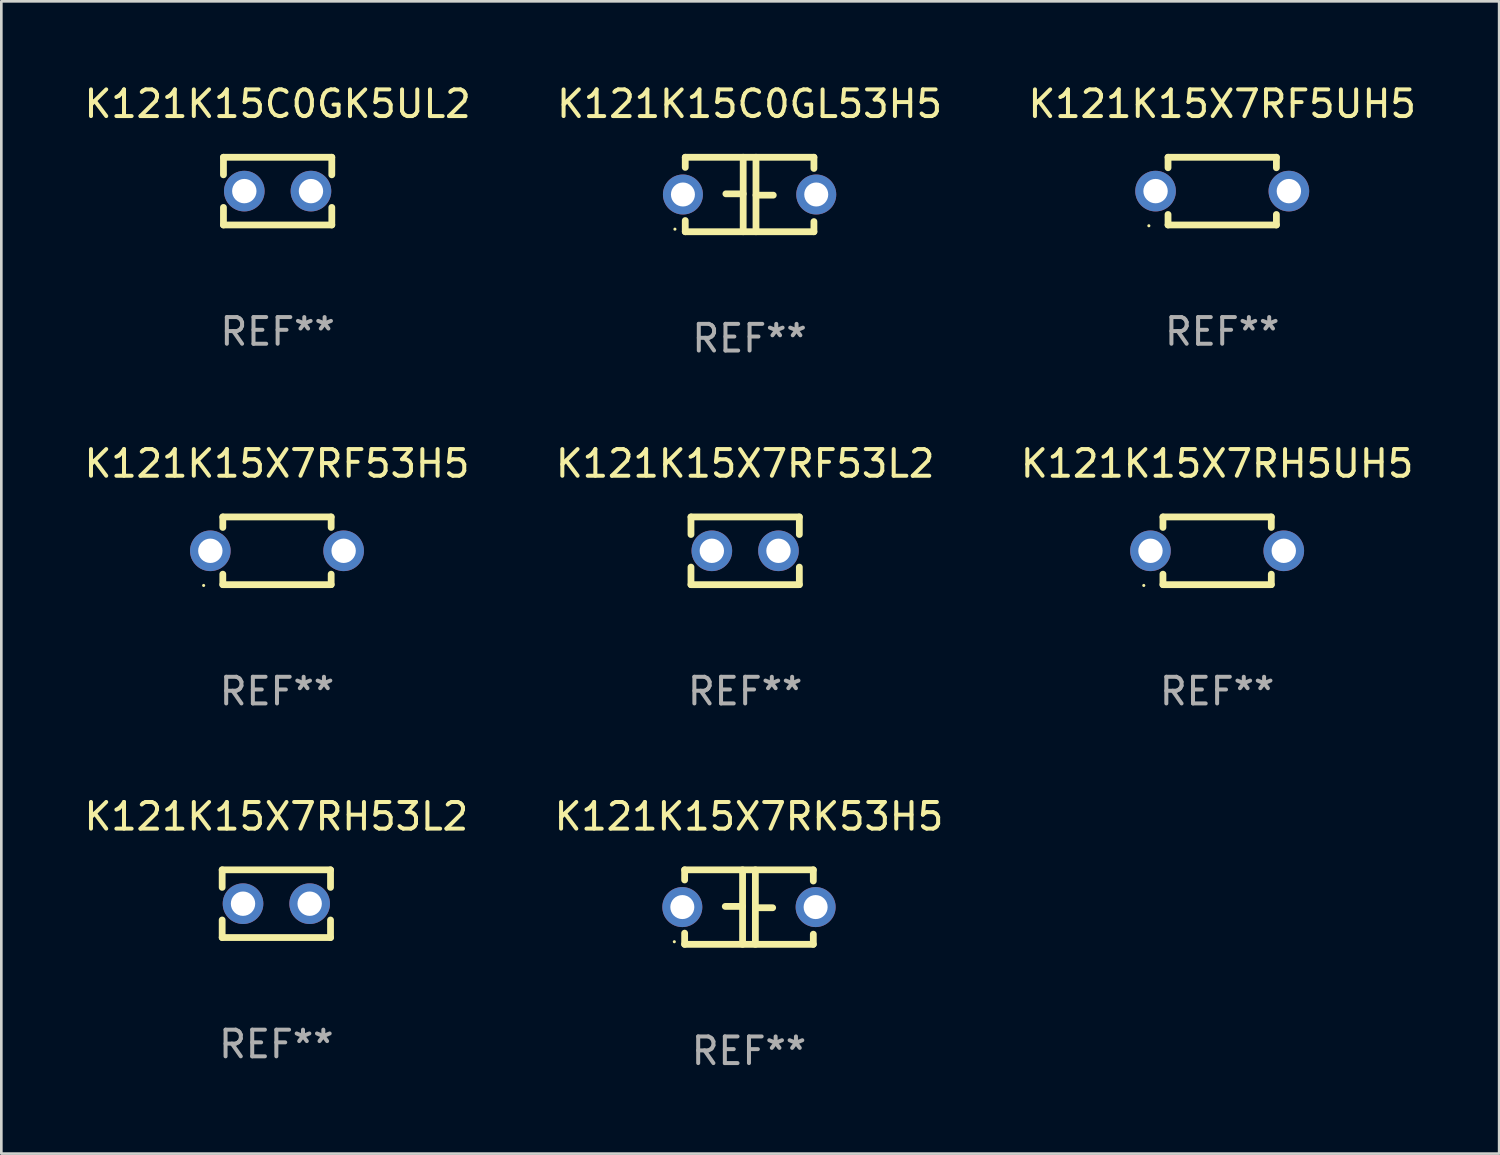
<source format=kicad_pcb>
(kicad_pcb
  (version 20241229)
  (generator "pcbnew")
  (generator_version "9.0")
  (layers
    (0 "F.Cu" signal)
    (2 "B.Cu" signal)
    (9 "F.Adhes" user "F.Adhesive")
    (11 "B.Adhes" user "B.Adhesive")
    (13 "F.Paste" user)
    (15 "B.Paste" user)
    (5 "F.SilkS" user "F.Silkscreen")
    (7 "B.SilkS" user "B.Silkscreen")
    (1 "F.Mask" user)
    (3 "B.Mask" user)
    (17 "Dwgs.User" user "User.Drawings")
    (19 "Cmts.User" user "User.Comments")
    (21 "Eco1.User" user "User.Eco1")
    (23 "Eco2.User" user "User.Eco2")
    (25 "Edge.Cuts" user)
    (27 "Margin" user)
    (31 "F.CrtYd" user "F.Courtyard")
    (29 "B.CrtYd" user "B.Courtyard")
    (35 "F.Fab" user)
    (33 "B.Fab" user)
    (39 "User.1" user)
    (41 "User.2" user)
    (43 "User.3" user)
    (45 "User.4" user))
  (footprint "K121K15X7RH53L2"
    (layer "F.Cu")
    (at 7.315 30.845)
    (property "Reference" "K121K15X7RH53L2" (at 0 -3.27 0) (layer "F.SilkS") (effects (font (size 1 1) (thickness 0.15))))
    (attr through_hole)
    (fp_line (start -2.032 -1.27) (end -2.032 -0.611) (stroke (width 0.254) (type solid)) (layer "F.SilkS"))
    (fp_line (start -2.032 0.611) (end -2.032 1.27) (stroke (width 0.254) (type solid)) (layer "F.SilkS"))
    (fp_line (start -2.032 1.27) (end 2.032 1.27) (stroke (width 0.254) (type solid)) (layer "F.SilkS"))
    (fp_line (start 2.032 -1.27) (end -2.032 -1.27) (stroke (width 0.254) (type solid)) (layer "F.SilkS"))
    (fp_line (start 2.032 -0.611) (end 2.032 -1.27) (stroke (width 0.254) (type solid)) (layer "F.SilkS"))
    (fp_line (start 2.032 1.27) (end 2.032 0.611) (stroke (width 0.254) (type solid)) (layer "F.SilkS"))
    (fp_circle (center -2 1.3) (end -1.97 1.3) (stroke (width 0.06) (type solid)) (fill no) (layer "F.SilkS"))
    (fp_text user "REF**" (at 0 5.27 0) (layer "F.Fab") (effects (font (size 1 1) (thickness 0.15))))
    (pad "1" thru_hole circle (at -1.25 0) (size 1.524 1.524) (drill 0.914) (layers "*.Cu" "*.Mask"))
    (pad "2" thru_hole circle (at 1.25 0) (size 1.524 1.524) (drill 0.914) (layers "*.Cu" "*.Mask")))
  (footprint "K121K15X7RF5UH5"
    (layer "F.Cu")
    (at 42.792 4.118)
    (property "Reference" "K121K15X7RF5UH5" (at 0 -3.27 0) (layer "F.SilkS") (effects (font (size 1 1) (thickness 0.15))))
    (attr through_hole)
    (fp_line (start -2.032 -1.27) (end -2.032 -0.876) (stroke (width 0.254) (type solid)) (layer "F.SilkS"))
    (fp_line (start -2.032 0.876) (end -2.032 1.27) (stroke (width 0.254) (type solid)) (layer "F.SilkS"))
    (fp_line (start -2.032 1.27) (end 2.032 1.27) (stroke (width 0.254) (type solid)) (layer "F.SilkS"))
    (fp_line (start 2.032 -1.27) (end -2.032 -1.27) (stroke (width 0.254) (type solid)) (layer "F.SilkS"))
    (fp_line (start 2.032 -0.876) (end 2.032 -1.27) (stroke (width 0.254) (type solid)) (layer "F.SilkS"))
    (fp_line (start 2.032 1.27) (end 2.032 0.876) (stroke (width 0.254) (type solid)) (layer "F.SilkS"))
    (fp_circle (center -2.751 1.3) (end -2.721 1.3) (stroke (width 0.06) (type solid)) (fill no) (layer "F.SilkS"))
    (fp_text user "REF**" (at 0 5.27 0) (layer "F.Fab") (effects (font (size 1 1) (thickness 0.15))))
    (pad "1" thru_hole circle (at -2.5 0) (size 1.524 1.524) (drill 0.914) (layers "*.Cu" "*.Mask"))
    (pad "2" thru_hole circle (at 2.5 0) (size 1.524 1.524) (drill 0.914) (layers "*.Cu" "*.Mask")))
  (footprint "K121K15X7RF53L2"
    (layer "F.Cu")
    (at 24.899 17.609)
    (property "Reference" "K121K15X7RF53L2" (at 0 -3.27 0) (layer "F.SilkS") (effects (font (size 1 1) (thickness 0.15))))
    (attr through_hole)
    (fp_line (start -2.032 -1.27) (end -2.032 -0.611) (stroke (width 0.254) (type solid)) (layer "F.SilkS"))
    (fp_line (start -2.032 0.611) (end -2.032 1.27) (stroke (width 0.254) (type solid)) (layer "F.SilkS"))
    (fp_line (start -2.032 1.27) (end 2.032 1.27) (stroke (width 0.254) (type solid)) (layer "F.SilkS"))
    (fp_line (start 2.032 -1.27) (end -2.032 -1.27) (stroke (width 0.254) (type solid)) (layer "F.SilkS"))
    (fp_line (start 2.032 -0.611) (end 2.032 -1.27) (stroke (width 0.254) (type solid)) (layer "F.SilkS"))
    (fp_line (start 2.032 1.27) (end 2.032 0.611) (stroke (width 0.254) (type solid)) (layer "F.SilkS"))
    (fp_circle (center -2 1.3) (end -1.97 1.3) (stroke (width 0.06) (type solid)) (fill no) (layer "F.SilkS"))
    (fp_text user "REF**" (at 0 5.27 0) (layer "F.Fab") (effects (font (size 1 1) (thickness 0.15))))
    (pad "1" thru_hole circle (at -1.25 0) (size 1.524 1.524) (drill 0.914) (layers "*.Cu" "*.Mask"))
    (pad "2" thru_hole circle (at 1.25 0) (size 1.524 1.524) (drill 0.914) (layers "*.Cu" "*.Mask")))
  (footprint "K121K15X7RK53H5"
    (layer "F.Cu")
    (at 25.042 30.972)
    (property "Reference" "K121K15X7RK53H5" (at 0 -3.397 0) (layer "F.SilkS") (effects (font (size 1 1) (thickness 0.15))))
    (attr through_hole)
    (fp_line (start -2.413 -1.397) (end 2.413 -1.397) (stroke (width 0.254) (type solid)) (layer "F.SilkS"))
    (fp_line (start -2.413 -1.016) (end -2.413 -1.397) (stroke (width 0.254) (type solid)) (layer "F.SilkS"))
    (fp_line (start -2.413 0.977) (end -2.413 1.397) (stroke (width 0.254) (type solid)) (layer "F.SilkS"))
    (fp_line (start -0.24 -0.025) (end -0.889 -0.025) (stroke (width 0.254) (type solid)) (layer "F.SilkS"))
    (fp_line (start -0.24 1.397) (end -0.24 -1.397) (stroke (width 0.254) (type solid)) (layer "F.SilkS"))
    (fp_line (start 0.24 -1.397) (end 0.24 1.397) (stroke (width 0.254) (type solid)) (layer "F.SilkS"))
    (fp_line (start 0.24 0.025) (end 0.889 0.025) (stroke (width 0.254) (type solid)) (layer "F.SilkS"))
    (fp_line (start 2.413 -0.977) (end 2.413 -1.397) (stroke (width 0.254) (type solid)) (layer "F.SilkS"))
    (fp_line (start 2.413 1.016) (end 2.413 1.397) (stroke (width 0.254) (type solid)) (layer "F.SilkS"))
    (fp_line (start 2.413 1.397) (end -2.413 1.397) (stroke (width 0.254) (type solid)) (layer "F.SilkS"))
    (fp_circle (center -2.8 1.3) (end -2.77 1.3) (stroke (width 0.06) (type solid)) (fill no) (layer "F.SilkS"))
    (fp_text user "REF**" (at 0 5.397 0) (layer "F.Fab") (effects (font (size 1 1) (thickness 0.15))))
    (pad "1" thru_hole circle (at -2.5 0) (size 1.5 1.5) (drill 0.9) (layers "*.Cu" "*.Mask"))
    (pad "2" thru_hole circle (at 2.5 0) (size 1.5 1.5) (drill 0.9) (layers "*.Cu" "*.Mask")))
  (footprint "K121K15X7RF53H5"
    (layer "F.Cu")
    (at 7.339 17.609)
    (property "Reference" "K121K15X7RF53H5" (at 0 -3.27 0) (layer "F.SilkS") (effects (font (size 1 1) (thickness 0.15))))
    (attr through_hole)
    (fp_line (start -2.032 -1.27) (end -2.032 -0.876) (stroke (width 0.254) (type solid)) (layer "F.SilkS"))
    (fp_line (start -2.032 0.876) (end -2.032 1.27) (stroke (width 0.254) (type solid)) (layer "F.SilkS"))
    (fp_line (start -2.032 1.27) (end 2.032 1.27) (stroke (width 0.254) (type solid)) (layer "F.SilkS"))
    (fp_line (start 2.032 -1.27) (end -2.032 -1.27) (stroke (width 0.254) (type solid)) (layer "F.SilkS"))
    (fp_line (start 2.032 -0.876) (end 2.032 -1.27) (stroke (width 0.254) (type solid)) (layer "F.SilkS"))
    (fp_line (start 2.032 1.27) (end 2.032 0.876) (stroke (width 0.254) (type solid)) (layer "F.SilkS"))
    (fp_circle (center -2.751 1.3) (end -2.721 1.3) (stroke (width 0.06) (type solid)) (fill no) (layer "F.SilkS"))
    (fp_text user "REF**" (at 0 5.27 0) (layer "F.Fab") (effects (font (size 1 1) (thickness 0.15))))
    (pad "1" thru_hole circle (at -2.5 0) (size 1.524 1.524) (drill 0.914) (layers "*.Cu" "*.Mask"))
    (pad "2" thru_hole circle (at 2.5 0) (size 1.524 1.524) (drill 0.914) (layers "*.Cu" "*.Mask")))
  (footprint "K121K15C0GL53H5"
    (layer "F.Cu")
    (at 25.065 4.245)
    (property "Reference" "K121K15C0GL53H5" (at 0 -3.397 0) (layer "F.SilkS") (effects (font (size 1 1) (thickness 0.15))))
    (attr through_hole)
    (fp_line (start -2.413 -1.397) (end 2.413 -1.397) (stroke (width 0.254) (type solid)) (layer "F.SilkS"))
    (fp_line (start -2.413 -1.016) (end -2.413 -1.397) (stroke (width 0.254) (type solid)) (layer "F.SilkS"))
    (fp_line (start -2.413 0.977) (end -2.413 1.397) (stroke (width 0.254) (type solid)) (layer "F.SilkS"))
    (fp_line (start -0.24 -0.025) (end -0.889 -0.025) (stroke (width 0.254) (type solid)) (layer "F.SilkS"))
    (fp_line (start -0.24 1.397) (end -0.24 -1.397) (stroke (width 0.254) (type solid)) (layer "F.SilkS"))
    (fp_line (start 0.24 -1.397) (end 0.24 1.397) (stroke (width 0.254) (type solid)) (layer "F.SilkS"))
    (fp_line (start 0.24 0.025) (end 0.889 0.025) (stroke (width 0.254) (type solid)) (layer "F.SilkS"))
    (fp_line (start 2.413 -0.977) (end 2.413 -1.397) (stroke (width 0.254) (type solid)) (layer "F.SilkS"))
    (fp_line (start 2.413 1.016) (end 2.413 1.397) (stroke (width 0.254) (type solid)) (layer "F.SilkS"))
    (fp_line (start 2.413 1.397) (end -2.413 1.397) (stroke (width 0.254) (type solid)) (layer "F.SilkS"))
    (fp_circle (center -2.8 1.3) (end -2.77 1.3) (stroke (width 0.06) (type solid)) (fill no) (layer "F.SilkS"))
    (fp_text user "REF**" (at 0 5.397 0) (layer "F.Fab") (effects (font (size 1 1) (thickness 0.15))))
    (pad "1" thru_hole circle (at -2.5 0) (size 1.5 1.5) (drill 0.9) (layers "*.Cu" "*.Mask"))
    (pad "2" thru_hole circle (at 2.5 0) (size 1.5 1.5) (drill 0.9) (layers "*.Cu" "*.Mask")))
  (footprint "K121K15C0GK5UL2"
    (layer "F.Cu")
    (at 7.363 4.118)
    (property "Reference" "K121K15C0GK5UL2" (at 0 -3.27 0) (layer "F.SilkS") (effects (font (size 1 1) (thickness 0.15))))
    (attr through_hole)
    (fp_line (start -2.032 -1.27) (end -2.032 -0.611) (stroke (width 0.254) (type solid)) (layer "F.SilkS"))
    (fp_line (start -2.032 0.611) (end -2.032 1.27) (stroke (width 0.254) (type solid)) (layer "F.SilkS"))
    (fp_line (start -2.032 1.27) (end 2.032 1.27) (stroke (width 0.254) (type solid)) (layer "F.SilkS"))
    (fp_line (start 2.032 -1.27) (end -2.032 -1.27) (stroke (width 0.254) (type solid)) (layer "F.SilkS"))
    (fp_line (start 2.032 -0.611) (end 2.032 -1.27) (stroke (width 0.254) (type solid)) (layer "F.SilkS"))
    (fp_line (start 2.032 1.27) (end 2.032 0.611) (stroke (width 0.254) (type solid)) (layer "F.SilkS"))
    (fp_circle (center -2 1.3) (end -1.97 1.3) (stroke (width 0.06) (type solid)) (fill no) (layer "F.SilkS"))
    (fp_text user "REF**" (at 0 5.27 0) (layer "F.Fab") (effects (font (size 1 1) (thickness 0.15))))
    (pad "1" thru_hole circle (at -1.25 0) (size 1.524 1.524) (drill 0.914) (layers "*.Cu" "*.Mask"))
    (pad "2" thru_hole circle (at 1.25 0) (size 1.524 1.524) (drill 0.914) (layers "*.Cu" "*.Mask")))
  (footprint "K121K15X7RH5UH5"
    (layer "F.Cu")
    (at 42.601 17.609)
    (property "Reference" "K121K15X7RH5UH5" (at 0 -3.27 0) (layer "F.SilkS") (effects (font (size 1 1) (thickness 0.15))))
    (attr through_hole)
    (fp_line (start -2.032 -1.27) (end -2.032 -0.876) (stroke (width 0.254) (type solid)) (layer "F.SilkS"))
    (fp_line (start -2.032 0.876) (end -2.032 1.27) (stroke (width 0.254) (type solid)) (layer "F.SilkS"))
    (fp_line (start -2.032 1.27) (end 2.032 1.27) (stroke (width 0.254) (type solid)) (layer "F.SilkS"))
    (fp_line (start 2.032 -1.27) (end -2.032 -1.27) (stroke (width 0.254) (type solid)) (layer "F.SilkS"))
    (fp_line (start 2.032 -0.876) (end 2.032 -1.27) (stroke (width 0.254) (type solid)) (layer "F.SilkS"))
    (fp_line (start 2.032 1.27) (end 2.032 0.876) (stroke (width 0.254) (type solid)) (layer "F.SilkS"))
    (fp_circle (center -2.751 1.3) (end -2.721 1.3) (stroke (width 0.06) (type solid)) (fill no) (layer "F.SilkS"))
    (fp_text user "REF**" (at 0 5.27 0) (layer "F.Fab") (effects (font (size 1 1) (thickness 0.15))))
    (pad "1" thru_hole circle (at -2.5 0) (size 1.524 1.524) (drill 0.914) (layers "*.Cu" "*.Mask"))
    (pad "2" thru_hole circle (at 2.5 0) (size 1.524 1.524) (drill 0.914) (layers "*.Cu" "*.Mask")))
  (gr_rect
    (start -3 -3)
    (end 53.179 40.218)
    (stroke (width 0.1) (type default))
    (fill no)
    (layer "Edge.Cuts")))
</source>
